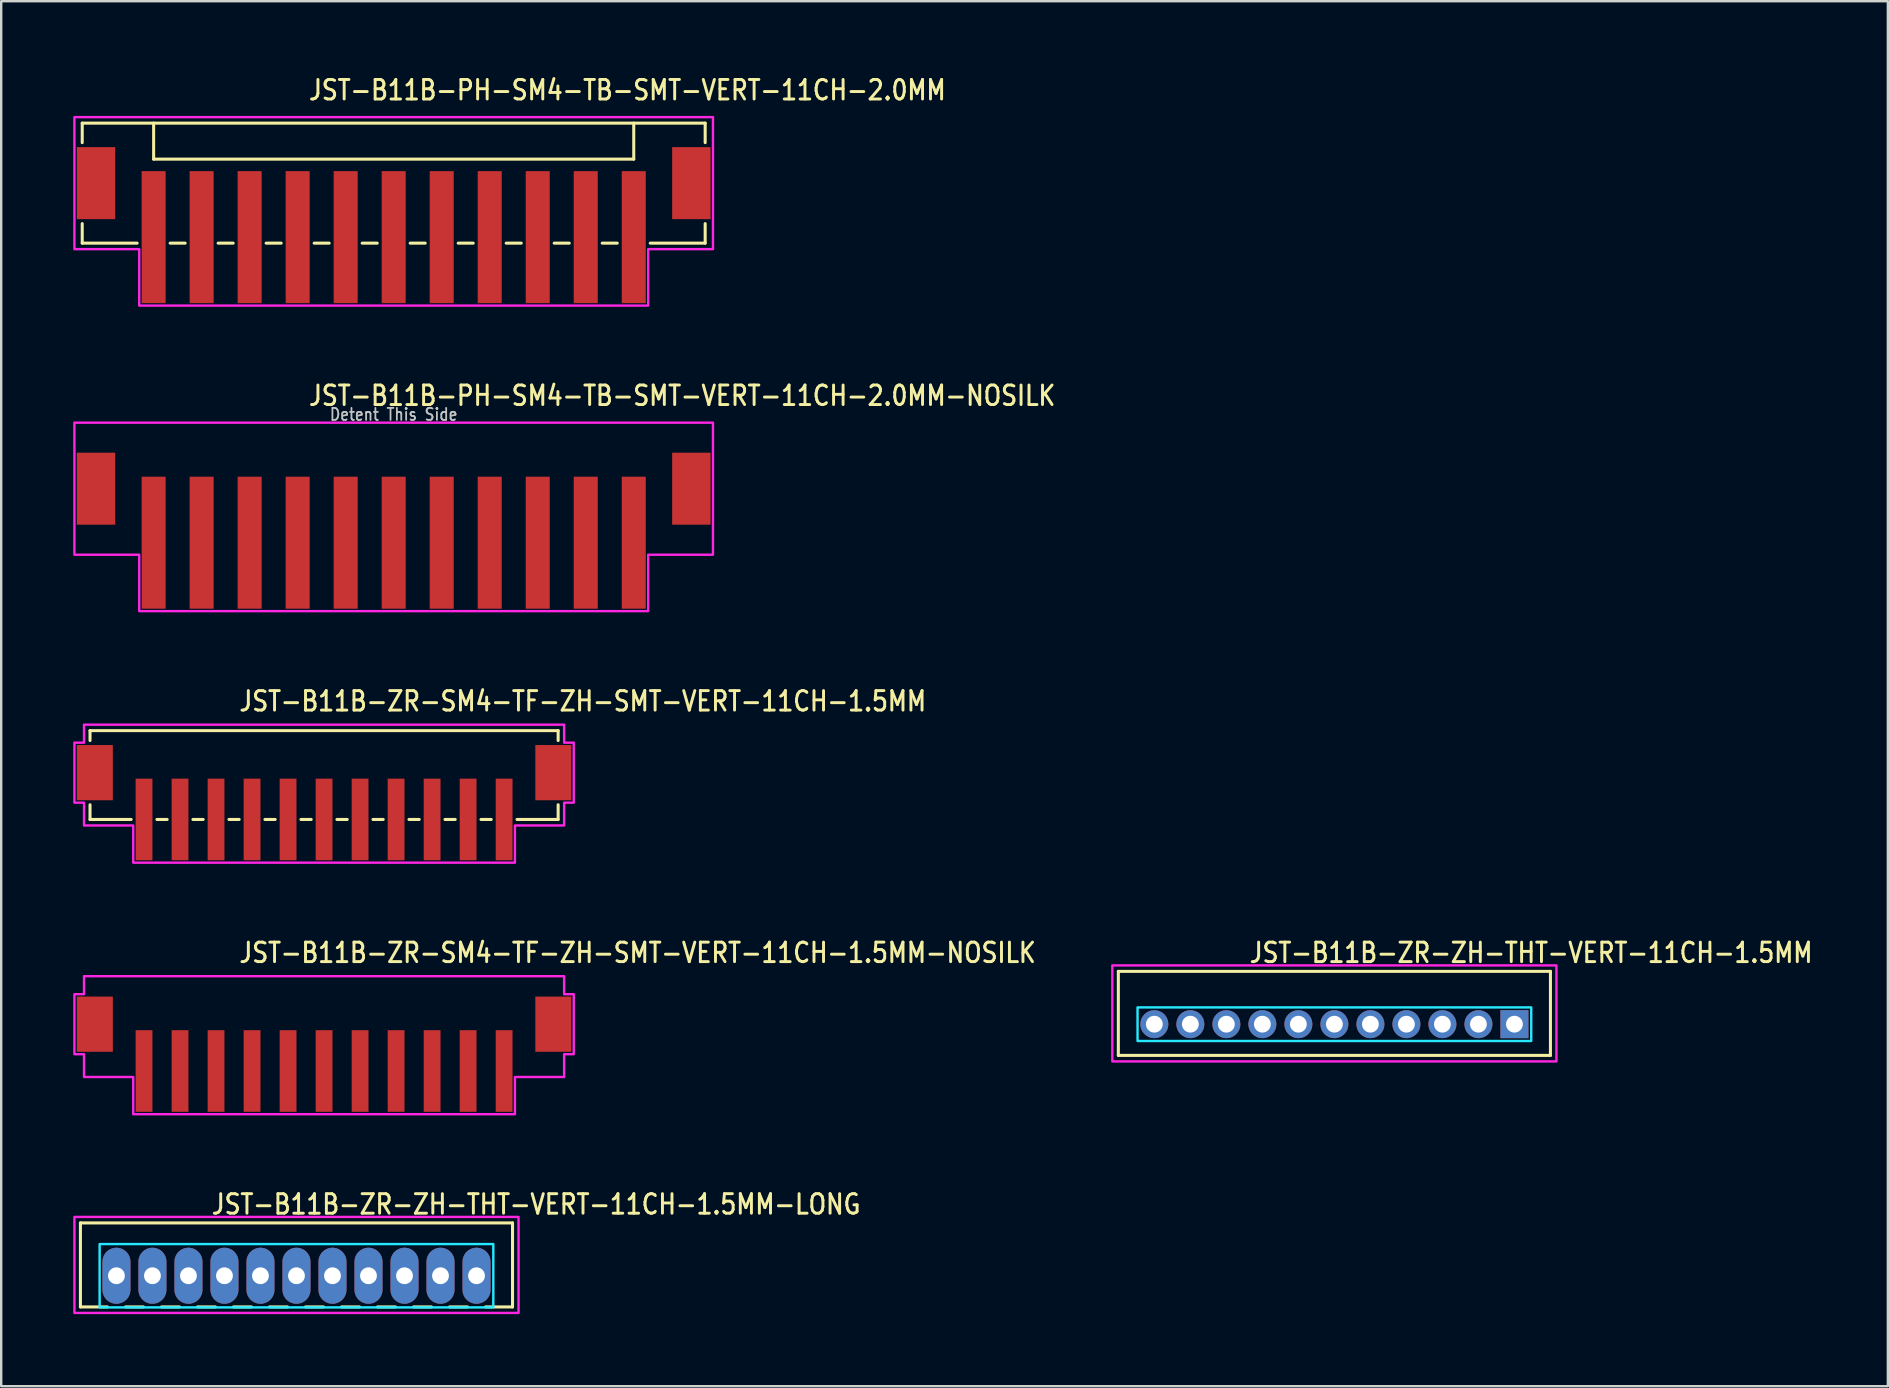
<source format=kicad_pcb>
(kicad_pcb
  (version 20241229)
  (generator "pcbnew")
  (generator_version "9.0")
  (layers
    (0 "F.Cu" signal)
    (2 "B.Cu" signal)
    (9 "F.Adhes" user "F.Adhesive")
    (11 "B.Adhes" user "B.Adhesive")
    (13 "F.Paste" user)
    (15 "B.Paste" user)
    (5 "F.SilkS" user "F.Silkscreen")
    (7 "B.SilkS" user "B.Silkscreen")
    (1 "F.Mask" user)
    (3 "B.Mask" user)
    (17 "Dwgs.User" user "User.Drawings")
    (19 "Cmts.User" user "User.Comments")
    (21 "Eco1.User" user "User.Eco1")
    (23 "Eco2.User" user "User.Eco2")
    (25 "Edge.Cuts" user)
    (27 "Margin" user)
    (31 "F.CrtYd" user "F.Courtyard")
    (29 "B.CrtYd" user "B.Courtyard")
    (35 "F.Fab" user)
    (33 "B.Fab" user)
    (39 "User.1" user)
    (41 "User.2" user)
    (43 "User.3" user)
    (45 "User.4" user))
  (footprint "JST-B11B-PH-SM4-TB-SMT-VERT-11CH-2.0MM"
    (layer "F.Cu")
    (at 13.35 4.579)
    (property "Reference" "JST-B11B-PH-SM4-TB-SMT-VERT-11CH-2.0MM" (at -3.6 -3.4 0) (unlocked yes) (layer "F.SilkS") (effects (font (size 0.813 0.695) (thickness 0.122)) (justify left bottom)))
    (fp_line (start -12.975 -2.5) (end -12.975 -1.687) (stroke (width 0.127) (type solid)) (layer "F.SilkS"))
    (fp_line (start -12.975 -2.5) (end 12.975 -2.5) (stroke (width 0.127) (type solid)) (layer "F.SilkS"))
    (fp_line (start -12.975 2.5) (end -12.975 1.687) (stroke (width 0.127) (type solid)) (layer "F.SilkS"))
    (fp_line (start -12.975 2.5) (end -10.687 2.5) (stroke (width 0.127) (type solid)) (layer "F.SilkS"))
    (fp_line (start -10 -2.5) (end -10 -1) (stroke (width 0.127) (type solid)) (layer "F.SilkS"))
    (fp_line (start -10 -1) (end 10 -1) (stroke (width 0.127) (type solid)) (layer "F.SilkS"))
    (fp_line (start -9.313 2.5) (end -8.687 2.5) (stroke (width 0.127) (type solid)) (layer "F.SilkS"))
    (fp_line (start -7.314 2.5) (end -6.686 2.5) (stroke (width 0.127) (type solid)) (layer "F.SilkS"))
    (fp_line (start -5.314 2.5) (end -4.686 2.5) (stroke (width 0.127) (type solid)) (layer "F.SilkS"))
    (fp_line (start -3.313 2.5) (end -2.687 2.5) (stroke (width 0.127) (type solid)) (layer "F.SilkS"))
    (fp_line (start -1.313 2.5) (end -0.686 2.5) (stroke (width 0.127) (type solid)) (layer "F.SilkS"))
    (fp_line (start 0.686 2.5) (end 1.313 2.5) (stroke (width 0.127) (type solid)) (layer "F.SilkS"))
    (fp_line (start 2.687 2.5) (end 3.313 2.5) (stroke (width 0.127) (type solid)) (layer "F.SilkS"))
    (fp_line (start 4.686 2.5) (end 5.314 2.5) (stroke (width 0.127) (type solid)) (layer "F.SilkS"))
    (fp_line (start 6.686 2.5) (end 7.314 2.5) (stroke (width 0.127) (type solid)) (layer "F.SilkS"))
    (fp_line (start 8.687 2.5) (end 9.313 2.5) (stroke (width 0.127) (type solid)) (layer "F.SilkS"))
    (fp_line (start 10 -1) (end 10 -2.5) (stroke (width 0.127) (type solid)) (layer "F.SilkS"))
    (fp_line (start 10.687 2.5) (end 12.975 2.5) (stroke (width 0.127) (type solid)) (layer "F.SilkS"))
    (fp_line (start 12.975 -1.687) (end 12.975 -2.5) (stroke (width 0.127) (type solid)) (layer "F.SilkS"))
    (fp_line (start 12.975 1.687) (end 12.975 2.5) (stroke (width 0.127) (type solid)) (layer "F.SilkS"))
    (fp_poly (pts (xy -13.3 -2.75) (xy -13.3 2.75) (xy -10.6 2.75) (xy -10.6 5.1) (xy 10.6 5.1) (xy 10.6 2.75) (xy 13.3 2.75) (xy 13.3 -2.75)) (stroke (width 0.1) (type solid)) (fill no) (layer "F.CrtYd"))
    (pad "1" smd rect (at -10 2.25) (size 1 5.5) (layers "F.Cu" "F.Mask" "F.Paste"))
    (pad "2" smd rect (at -8 2.25) (size 1 5.5) (layers "F.Cu" "F.Mask" "F.Paste"))
    (pad "3" smd rect (at -6 2.25) (size 1 5.5) (layers "F.Cu" "F.Mask" "F.Paste"))
    (pad "4" smd rect (at -4 2.25) (size 1 5.5) (layers "F.Cu" "F.Mask" "F.Paste"))
    (pad "5" smd rect (at -2 2.25) (size 1 5.5) (layers "F.Cu" "F.Mask" "F.Paste"))
    (pad "6" smd rect (at 0 2.25) (size 1 5.5) (layers "F.Cu" "F.Mask" "F.Paste"))
    (pad "7" smd rect (at 2 2.25) (size 1 5.5) (layers "F.Cu" "F.Mask" "F.Paste"))
    (pad "8" smd rect (at 4 2.25) (size 1 5.5) (layers "F.Cu" "F.Mask" "F.Paste"))
    (pad "9" smd rect (at 6 2.25) (size 1 5.5) (layers "F.Cu" "F.Mask" "F.Paste"))
    (pad "10" smd rect (at 8 2.25) (size 1 5.5) (layers "F.Cu" "F.Mask" "F.Paste"))
    (pad "11" smd rect (at 10 2.25) (size 1 5.5) (layers "F.Cu" "F.Mask" "F.Paste"))
    (pad "S_1" smd rect (at -12.4 0) (size 1.6 3) (layers "F.Cu" "F.Mask" "F.Paste"))
    (pad "S_2" smd rect (at 12.4 0) (size 1.6 3) (layers "F.Cu" "F.Mask" "F.Paste")))
  (footprint "JST-B11B-ZR-SM4-TF-ZH-SMT-VERT-11CH-1.5MM"
    (layer "F.Cu")
    (at 10.45 29.136)
    (property "Reference" "JST-B11B-ZR-SM4-TF-ZH-SMT-VERT-11CH-1.5MM" (at -3.6 -2.5 0) (unlocked yes) (layer "F.SilkS") (effects (font (size 0.813 0.695) (thickness 0.122)) (justify left bottom)))
    (fp_line (start -9.75 -1.75) (end -9.75 -1.337) (stroke (width 0.127) (type solid)) (layer "F.SilkS"))
    (fp_line (start -9.75 -1.75) (end 9.75 -1.75) (stroke (width 0.127) (type solid)) (layer "F.SilkS"))
    (fp_line (start -9.75 1.95) (end -9.75 1.337) (stroke (width 0.127) (type solid)) (layer "F.SilkS"))
    (fp_line (start -9.75 1.95) (end -8.037 1.95) (stroke (width 0.127) (type solid)) (layer "F.SilkS"))
    (fp_line (start -6.963 1.95) (end -6.537 1.95) (stroke (width 0.127) (type solid)) (layer "F.SilkS"))
    (fp_line (start -5.463 1.95) (end -5.037 1.95) (stroke (width 0.127) (type solid)) (layer "F.SilkS"))
    (fp_line (start -3.963 1.95) (end -3.537 1.95) (stroke (width 0.127) (type solid)) (layer "F.SilkS"))
    (fp_line (start -2.463 1.95) (end -2.037 1.95) (stroke (width 0.127) (type solid)) (layer "F.SilkS"))
    (fp_line (start -0.964 1.95) (end -0.536 1.95) (stroke (width 0.127) (type solid)) (layer "F.SilkS"))
    (fp_line (start 0.536 1.95) (end 0.964 1.95) (stroke (width 0.127) (type solid)) (layer "F.SilkS"))
    (fp_line (start 2.037 1.95) (end 2.463 1.95) (stroke (width 0.127) (type solid)) (layer "F.SilkS"))
    (fp_line (start 3.537 1.95) (end 3.963 1.95) (stroke (width 0.127) (type solid)) (layer "F.SilkS"))
    (fp_line (start 5.037 1.95) (end 5.463 1.95) (stroke (width 0.127) (type solid)) (layer "F.SilkS"))
    (fp_line (start 6.537 1.95) (end 6.963 1.95) (stroke (width 0.127) (type solid)) (layer "F.SilkS"))
    (fp_line (start 8.037 1.95) (end 9.75 1.95) (stroke (width 0.127) (type solid)) (layer "F.SilkS"))
    (fp_line (start 9.75 -1.337) (end 9.75 -1.75) (stroke (width 0.127) (type solid)) (layer "F.SilkS"))
    (fp_line (start 9.75 1.337) (end 9.75 1.95) (stroke (width 0.127) (type solid)) (layer "F.SilkS"))
    (fp_poly (pts (xy -10 -2) (xy -10 -1.25) (xy -10.4 -1.25) (xy -10.4 1.25) (xy -10 1.25) (xy -10 2.2) (xy -7.95 2.2) (xy -7.95 3.75) (xy 7.95 3.75) (xy 7.95 2.2) (xy 10 2.2) (xy 10 1.25) (xy 10.4 1.25) (xy 10.4 -1.25) (xy 10 -1.25) (xy 10 -2)) (stroke (width 0.1) (type solid)) (fill no) (layer "F.CrtYd"))
    (pad "1" smd rect (at -7.5 1.95) (size 0.7 3.4) (layers "F.Cu" "F.Mask" "F.Paste"))
    (pad "2" smd rect (at -6 1.95) (size 0.7 3.4) (layers "F.Cu" "F.Mask" "F.Paste"))
    (pad "3" smd rect (at -4.5 1.95) (size 0.7 3.4) (layers "F.Cu" "F.Mask" "F.Paste"))
    (pad "4" smd rect (at -3 1.95) (size 0.7 3.4) (layers "F.Cu" "F.Mask" "F.Paste"))
    (pad "5" smd rect (at -1.5 1.95) (size 0.7 3.4) (layers "F.Cu" "F.Mask" "F.Paste"))
    (pad "6" smd rect (at 0 1.95) (size 0.7 3.4) (layers "F.Cu" "F.Mask" "F.Paste"))
    (pad "7" smd rect (at 1.5 1.95) (size 0.7 3.4) (layers "F.Cu" "F.Mask" "F.Paste"))
    (pad "8" smd rect (at 3 1.95) (size 0.7 3.4) (layers "F.Cu" "F.Mask" "F.Paste"))
    (pad "9" smd rect (at 4.5 1.95) (size 0.7 3.4) (layers "F.Cu" "F.Mask" "F.Paste"))
    (pad "10" smd rect (at 6 1.95) (size 0.7 3.4) (layers "F.Cu" "F.Mask" "F.Paste"))
    (pad "11" smd rect (at 7.5 1.95) (size 0.7 3.4) (layers "F.Cu" "F.Mask" "F.Paste"))
    (pad "S_12" smd rect (at 9.55 0) (size 1.5 2.3) (layers "F.Cu" "F.Mask" "F.Paste"))
    (pad "S_13" smd rect (at -9.55 0) (size 1.5 2.3) (layers "F.Cu" "F.Mask" "F.Paste")))
  (footprint "JST-B11B-ZR-SM4-TF-ZH-SMT-VERT-11CH-1.5MM-NOSILK"
    (layer "F.Cu")
    (at 10.45 39.614)
    (property "Reference" "JST-B11B-ZR-SM4-TF-ZH-SMT-VERT-11CH-1.5MM-NOSILK" (at -3.6 -2.5 0) (unlocked yes) (layer "F.SilkS") (effects (font (size 0.813 0.695) (thickness 0.122)) (justify left bottom)))
    (fp_poly (pts (xy -10 -2) (xy -10 -1.25) (xy -10.4 -1.25) (xy -10.4 1.25) (xy -10 1.25) (xy -10 2.2) (xy -7.95 2.2) (xy -7.95 3.75) (xy 7.95 3.75) (xy 7.95 2.2) (xy 10 2.2) (xy 10 1.25) (xy 10.4 1.25) (xy 10.4 -1.25) (xy 10 -1.25) (xy 10 -2)) (stroke (width 0.1) (type solid)) (fill no) (layer "F.CrtYd"))
    (pad "1" smd rect (at -7.5 1.95) (size 0.7 3.4) (layers "F.Cu" "F.Mask" "F.Paste"))
    (pad "2" smd rect (at -6 1.95) (size 0.7 3.4) (layers "F.Cu" "F.Mask" "F.Paste"))
    (pad "3" smd rect (at -4.5 1.95) (size 0.7 3.4) (layers "F.Cu" "F.Mask" "F.Paste"))
    (pad "4" smd rect (at -3 1.95) (size 0.7 3.4) (layers "F.Cu" "F.Mask" "F.Paste"))
    (pad "5" smd rect (at -1.5 1.95) (size 0.7 3.4) (layers "F.Cu" "F.Mask" "F.Paste"))
    (pad "6" smd rect (at 0 1.95) (size 0.7 3.4) (layers "F.Cu" "F.Mask" "F.Paste"))
    (pad "7" smd rect (at 1.5 1.95) (size 0.7 3.4) (layers "F.Cu" "F.Mask" "F.Paste"))
    (pad "8" smd rect (at 3 1.95) (size 0.7 3.4) (layers "F.Cu" "F.Mask" "F.Paste"))
    (pad "9" smd rect (at 4.5 1.95) (size 0.7 3.4) (layers "F.Cu" "F.Mask" "F.Paste"))
    (pad "10" smd rect (at 6 1.95) (size 0.7 3.4) (layers "F.Cu" "F.Mask" "F.Paste"))
    (pad "11" smd rect (at 7.5 1.95) (size 0.7 3.4) (layers "F.Cu" "F.Mask" "F.Paste"))
    (pad "12" smd rect (at 9.55 0) (size 1.5 2.3) (layers "F.Cu" "F.Mask" "F.Paste"))
    (pad "13" smd rect (at -9.55 0) (size 1.5 2.3) (layers "F.Cu" "F.Mask" "F.Paste")))
  (footprint "JST-B11B-ZR-ZH-THT-VERT-11CH-1.5MM"
    (layer "F.Cu")
    (at 52.536 39.614)
    (property "Reference" "JST-B11B-ZR-ZH-THT-VERT-11CH-1.5MM" (at -3.6 -2.5 0) (unlocked yes) (layer "F.SilkS") (effects (font (size 0.813 0.695) (thickness 0.122)) (justify left bottom)))
    (fp_line (start -9 -2.2) (end 9 -2.2) (stroke (width 0.127) (type solid)) (layer "F.SilkS"))
    (fp_line (start -9 1.3) (end -9 -2.2) (stroke (width 0.127) (type solid)) (layer "F.SilkS"))
    (fp_line (start -9 1.3) (end 9 1.3) (stroke (width 0.127) (type solid)) (layer "F.SilkS"))
    (fp_line (start 9 -2.2) (end 9 1.3) (stroke (width 0.127) (type solid)) (layer "F.SilkS"))
    (fp_poly (pts (xy -8.2 -0.7) (xy -8.2 0.7) (xy 8.2 0.7) (xy 8.2 -0.7)) (stroke (width 0.1) (type solid)) (fill no) (layer "B.CrtYd"))
    (fp_poly (pts (xy -9.25 -2.45) (xy -9.25 1.55) (xy 9.25 1.55) (xy 9.25 -2.45)) (stroke (width 0.1) (type solid)) (fill no) (layer "F.CrtYd"))
    (pad "1" thru_hole rect (at 7.5 0) (size 1.167 1.167) (drill 0.7) (layers "*.Cu" "*.Mask"))
    (pad "2" thru_hole oval (at 6 0) (size 1.167 1.167) (drill 0.7) (layers "*.Cu" "*.Mask"))
    (pad "3" thru_hole oval (at 4.5 0) (size 1.167 1.167) (drill 0.7) (layers "*.Cu" "*.Mask"))
    (pad "4" thru_hole oval (at 3 0) (size 1.167 1.167) (drill 0.7) (layers "*.Cu" "*.Mask"))
    (pad "5" thru_hole oval (at 1.5 0) (size 1.167 1.167) (drill 0.7) (layers "*.Cu" "*.Mask"))
    (pad "6" thru_hole oval (at 0 0) (size 1.167 1.167) (drill 0.7) (layers "*.Cu" "*.Mask"))
    (pad "7" thru_hole oval (at -1.5 0) (size 1.167 1.167) (drill 0.7) (layers "*.Cu" "*.Mask"))
    (pad "8" thru_hole oval (at -3 0) (size 1.167 1.167) (drill 0.7) (layers "*.Cu" "*.Mask"))
    (pad "9" thru_hole oval (at -4.5 0) (size 1.167 1.167) (drill 0.7) (layers "*.Cu" "*.Mask"))
    (pad "10" thru_hole oval (at -6 0) (size 1.167 1.167) (drill 0.7) (layers "*.Cu" "*.Mask"))
    (pad "11" thru_hole oval (at -7.5 0) (size 1.167 1.167) (drill 0.7) (layers "*.Cu" "*.Mask")))
  (footprint "JST-B11B-ZR-ZH-THT-VERT-11CH-1.5MM-LONG"
    (layer "F.Cu")
    (at 9.3 50.093)
    (property "Reference" "JST-B11B-ZR-ZH-THT-VERT-11CH-1.5MM-LONG" (at -3.6 -2.5 0) (unlocked yes) (layer "F.SilkS") (effects (font (size 0.813 0.695) (thickness 0.122)) (justify left bottom)))
    (fp_line (start -9 -2.2) (end 9 -2.2) (stroke (width 0.127) (type solid)) (layer "F.SilkS"))
    (fp_line (start -9 1.3) (end -9 -2.2) (stroke (width 0.127) (type solid)) (layer "F.SilkS"))
    (fp_line (start -9 1.3) (end -7.875 1.3) (stroke (width 0.127) (type solid)) (layer "F.SilkS"))
    (fp_line (start -7.125 1.3) (end -6.375 1.3) (stroke (width 0.127) (type solid)) (layer "F.SilkS"))
    (fp_line (start -5.625 1.3) (end -4.875 1.3) (stroke (width 0.127) (type solid)) (layer "F.SilkS"))
    (fp_line (start -4.125 1.3) (end -3.375 1.3) (stroke (width 0.127) (type solid)) (layer "F.SilkS"))
    (fp_line (start -2.625 1.3) (end -1.875 1.3) (stroke (width 0.127) (type solid)) (layer "F.SilkS"))
    (fp_line (start -1.125 1.3) (end -0.375 1.3) (stroke (width 0.127) (type solid)) (layer "F.SilkS"))
    (fp_line (start 0.375 1.3) (end 1.125 1.3) (stroke (width 0.127) (type solid)) (layer "F.SilkS"))
    (fp_line (start 1.875 1.3) (end 2.625 1.3) (stroke (width 0.127) (type solid)) (layer "F.SilkS"))
    (fp_line (start 3.375 1.3) (end 4.125 1.3) (stroke (width 0.127) (type solid)) (layer "F.SilkS"))
    (fp_line (start 4.875 1.3) (end 5.625 1.3) (stroke (width 0.127) (type solid)) (layer "F.SilkS"))
    (fp_line (start 6.375 1.3) (end 7.125 1.3) (stroke (width 0.127) (type solid)) (layer "F.SilkS"))
    (fp_line (start 7.875 1.3) (end 9 1.3) (stroke (width 0.127) (type solid)) (layer "F.SilkS"))
    (fp_line (start 9 -2.2) (end 9 1.3) (stroke (width 0.127) (type solid)) (layer "F.SilkS"))
    (fp_poly (pts (xy -8.2 -1.32) (xy -8.2 1.32) (xy 8.2 1.32) (xy 8.2 -1.32)) (stroke (width 0.1) (type solid)) (fill no) (layer "B.CrtYd"))
    (fp_poly (pts (xy -9.25 -2.45) (xy -9.25 1.55) (xy 9.25 1.55) (xy 9.25 -2.45)) (stroke (width 0.1) (type solid)) (fill no) (layer "F.CrtYd"))
    (pad "1" thru_hole oval (at 7.5 0 90) (size 2.333 1.167) (drill 0.7) (layers "*.Cu" "*.Mask"))
    (pad "2" thru_hole oval (at 6 0 90) (size 2.333 1.167) (drill 0.7) (layers "*.Cu" "*.Mask"))
    (pad "3" thru_hole oval (at 4.5 0 90) (size 2.333 1.167) (drill 0.7) (layers "*.Cu" "*.Mask"))
    (pad "4" thru_hole oval (at 3 0 90) (size 2.333 1.167) (drill 0.7) (layers "*.Cu" "*.Mask"))
    (pad "5" thru_hole oval (at 1.5 0 90) (size 2.333 1.167) (drill 0.7) (layers "*.Cu" "*.Mask"))
    (pad "6" thru_hole oval (at 0 0 90) (size 2.333 1.167) (drill 0.7) (layers "*.Cu" "*.Mask"))
    (pad "7" thru_hole oval (at -1.5 0 90) (size 2.333 1.167) (drill 0.7) (layers "*.Cu" "*.Mask"))
    (pad "8" thru_hole oval (at -3 0 90) (size 2.333 1.167) (drill 0.7) (layers "*.Cu" "*.Mask"))
    (pad "9" thru_hole oval (at -4.5 0 90) (size 2.333 1.167) (drill 0.7) (layers "*.Cu" "*.Mask"))
    (pad "10" thru_hole oval (at -6 0 90) (size 2.333 1.167) (drill 0.7) (layers "*.Cu" "*.Mask"))
    (pad "11" thru_hole oval (at -7.5 0 90) (size 2.333 1.167) (drill 0.7) (layers "*.Cu" "*.Mask")))
  (footprint "JST-B11B-PH-SM4-TB-SMT-VERT-11CH-2.0MM-NOSILK"
    (layer "F.Cu")
    (at 13.35 17.307)
    (property "Reference" "JST-B11B-PH-SM4-TB-SMT-VERT-11CH-2.0MM-NOSILK" (at -3.6 -3.4 0) (unlocked yes) (layer "F.SilkS") (effects (font (size 0.813 0.695) (thickness 0.122)) (justify left bottom)))
    (fp_poly (pts (xy -13.3 -2.75) (xy -13.3 2.75) (xy -10.6 2.75) (xy -10.6 5.1) (xy 10.6 5.1) (xy 10.6 2.75) (xy 13.3 2.75) (xy 13.3 -2.75)) (stroke (width 0.1) (type solid)) (fill no) (layer "F.CrtYd"))
    (fp_text user "Detent This Side" (at 0 -2.8 0) (unlocked yes) (layer "Dwgs.User") (effects (font (size 0.5 0.427) (thickness 0.075)) (justify bottom)))
    (pad "1" smd rect (at -10 2.25) (size 1 5.5) (layers "F.Cu" "F.Mask" "F.Paste"))
    (pad "2" smd rect (at -8 2.25) (size 1 5.5) (layers "F.Cu" "F.Mask" "F.Paste"))
    (pad "3" smd rect (at -6 2.25) (size 1 5.5) (layers "F.Cu" "F.Mask" "F.Paste"))
    (pad "4" smd rect (at -4 2.25) (size 1 5.5) (layers "F.Cu" "F.Mask" "F.Paste"))
    (pad "5" smd rect (at -2 2.25) (size 1 5.5) (layers "F.Cu" "F.Mask" "F.Paste"))
    (pad "6" smd rect (at 0 2.25) (size 1 5.5) (layers "F.Cu" "F.Mask" "F.Paste"))
    (pad "7" smd rect (at 2 2.25) (size 1 5.5) (layers "F.Cu" "F.Mask" "F.Paste"))
    (pad "8" smd rect (at 4 2.25) (size 1 5.5) (layers "F.Cu" "F.Mask" "F.Paste"))
    (pad "9" smd rect (at 6 2.25) (size 1 5.5) (layers "F.Cu" "F.Mask" "F.Paste"))
    (pad "10" smd rect (at 8 2.25) (size 1 5.5) (layers "F.Cu" "F.Mask" "F.Paste"))
    (pad "11" smd rect (at 10 2.25) (size 1 5.5) (layers "F.Cu" "F.Mask" "F.Paste"))
    (pad "S_1" smd rect (at -12.4 0) (size 1.6 3) (layers "F.Cu" "F.Mask" "F.Paste"))
    (pad "S_2" smd rect (at 12.4 0) (size 1.6 3) (layers "F.Cu" "F.Mask" "F.Paste")))
  (gr_rect
    (start -3 -3)
    (end 75.592 54.693)
    (stroke (width 0.1) (type default))
    (fill no)
    (layer "Edge.Cuts")))
</source>
